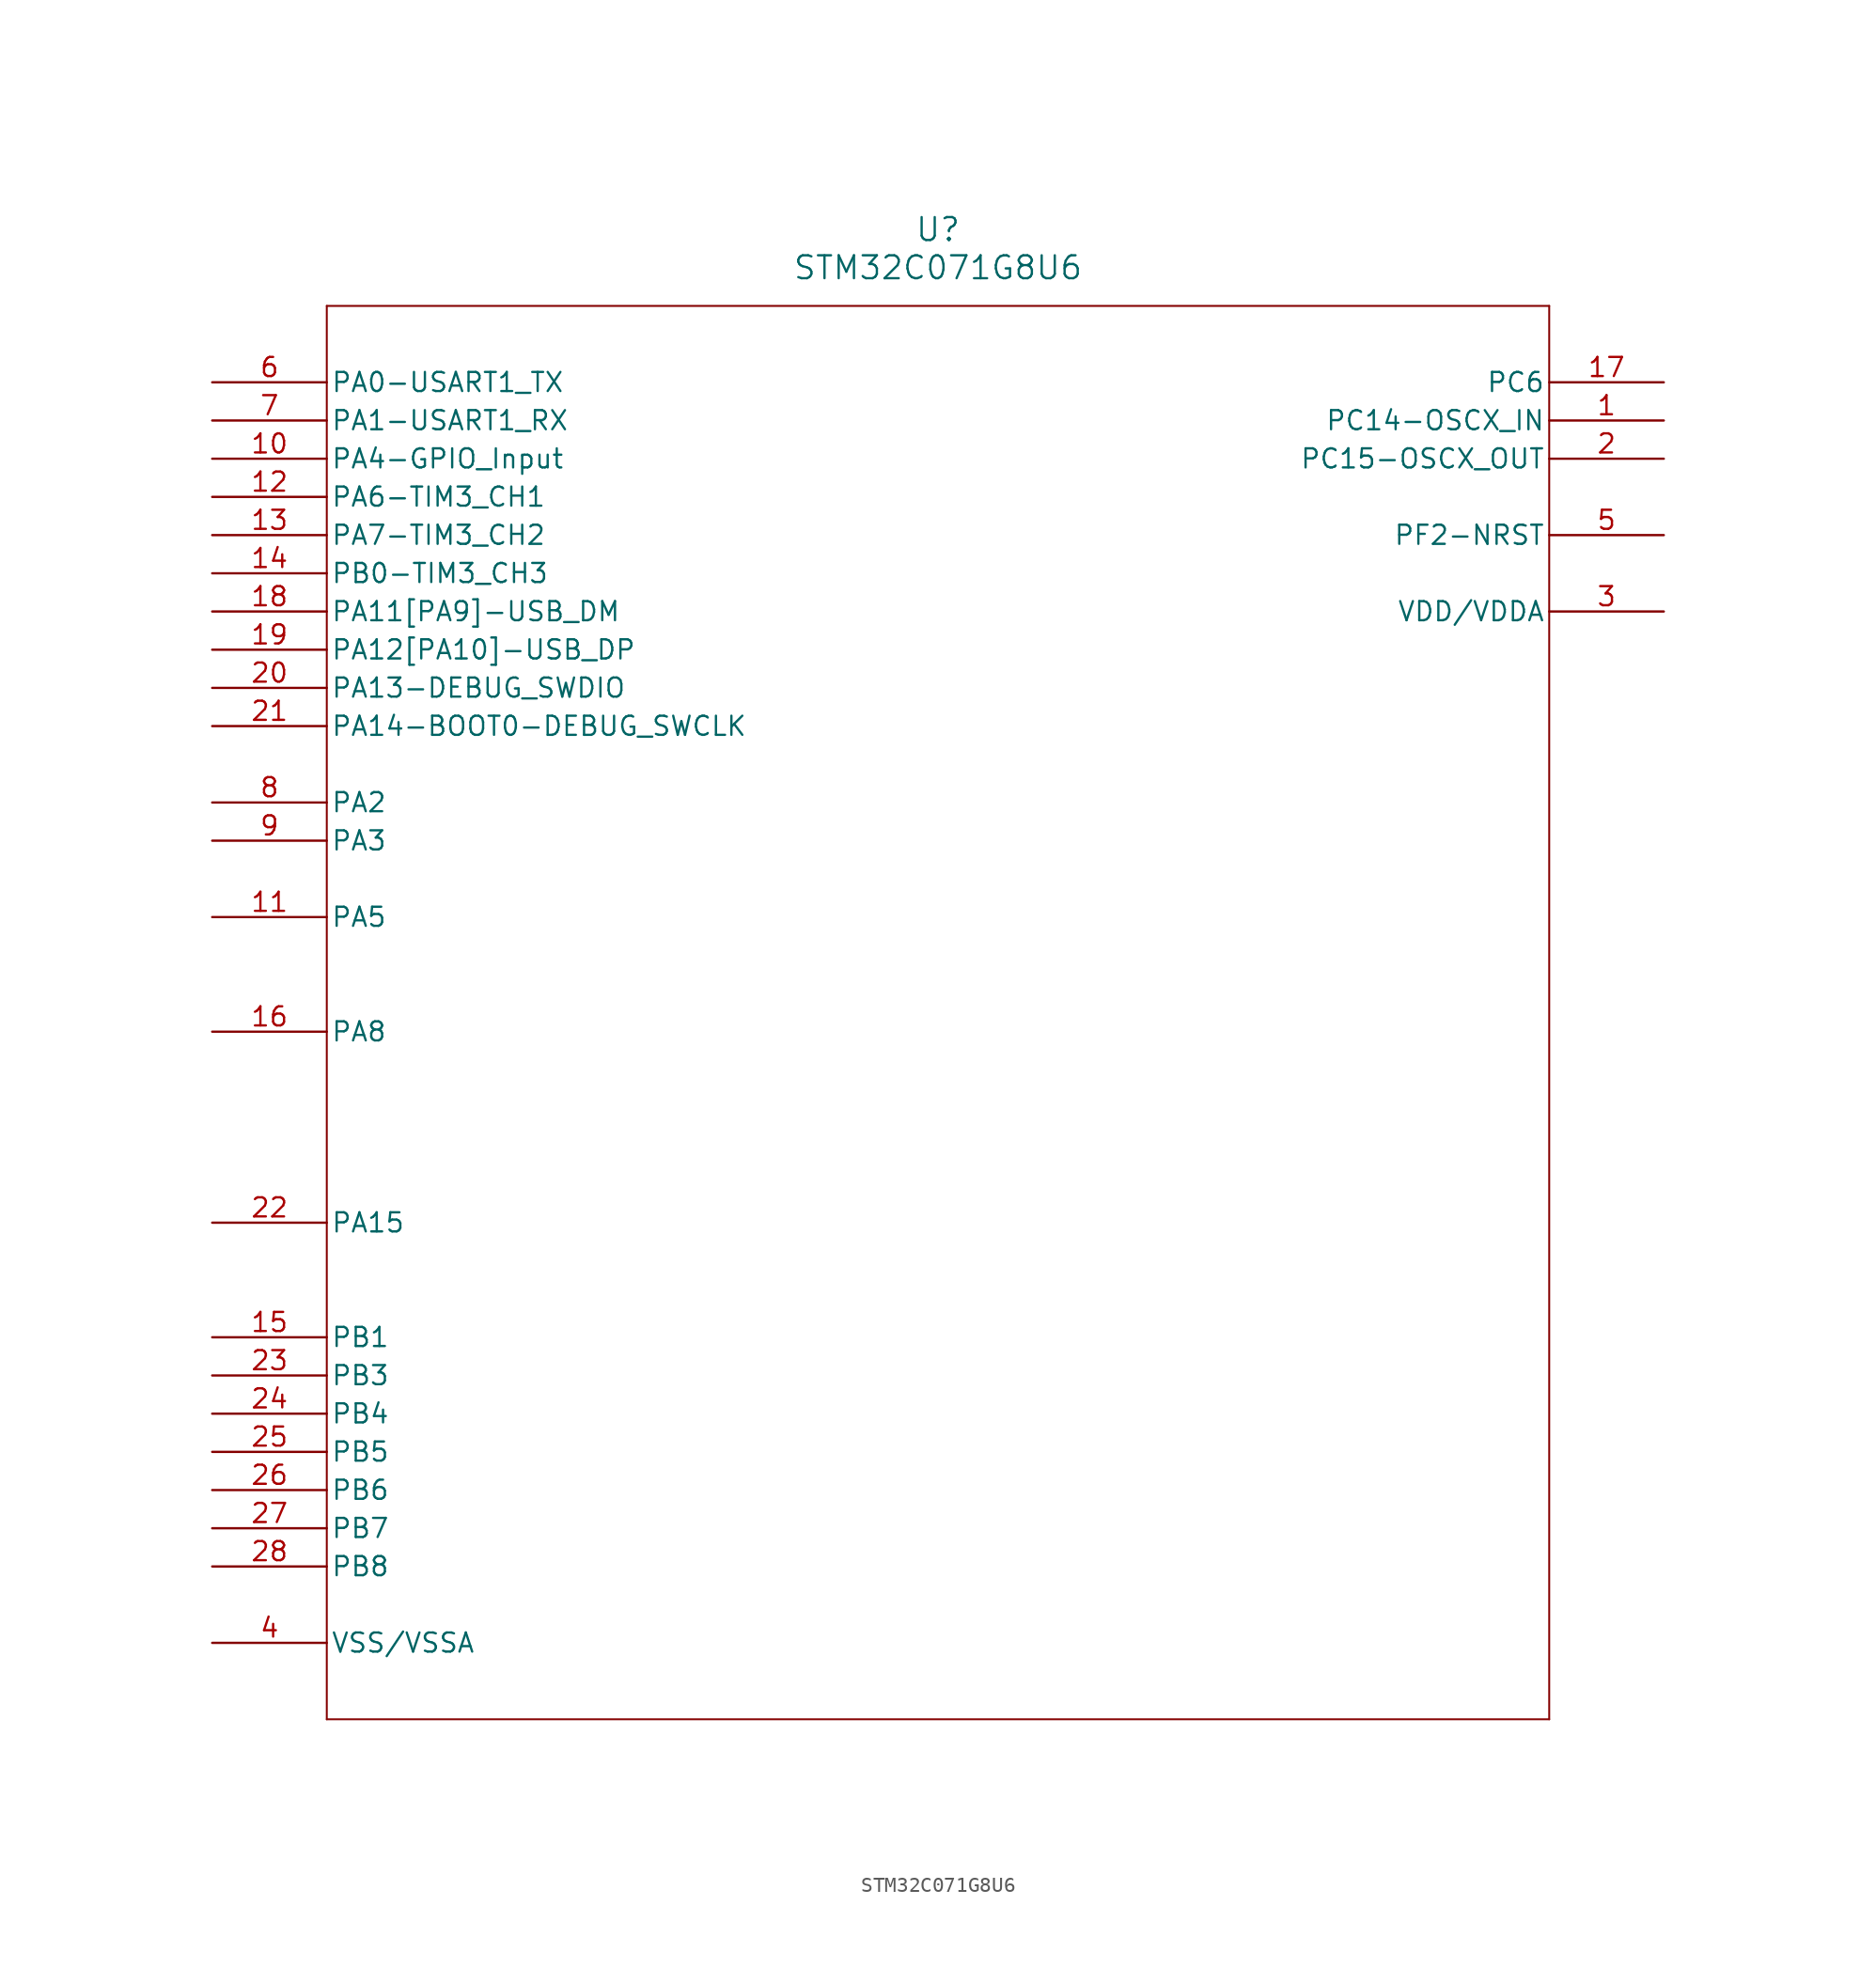
<source format=kicad_sym>
(kicad_symbol_lib
  (version 20211014)
  (generator kicad_symbol_editor)
  (symbol "STM32C071G8U6"
    (pin_names
      (offset 0.254))
    (property "Reference" "U"
      (at 48.26 10.16 0)
      (effects (font (size 1.524 1.524))))
    (property "Value" "STM32C071G8U6"
      (at 48.26 7.62 0)
      (effects (font (size 1.524 1.524))))
    (symbol "STM32C071G8U6_0_1"
      (polyline (pts (xy 7.62 5.08) (xy 7.62 -88.9)) (stroke (width 0.127) (type default) (color 0 0 0 0)) (fill (type none)))
      (polyline (pts (xy 7.62 -88.9) (xy 88.9 -88.9)) (stroke (width 0.127) (type default) (color 0 0 0 0)) (fill (type none)))
      (polyline (pts (xy 88.9 -88.9) (xy 88.9 5.08)) (stroke (width 0.127) (type default) (color 0 0 0 0)) (fill (type none)))
      (polyline (pts (xy 88.9 5.08) (xy 7.62 5.08)) (stroke (width 0.127) (type default) (color 0 0 0 0)) (fill (type none)))
      (pin bidirectional line (at 96.52 -2.54 180) (length 7.62) (name "PC14-OSCX_IN" (effects (font (size 1.27 1.27)))) (number "1" (effects (font (size 1.27 1.27)))))
      (pin bidirectional line (at 96.52 -5.08 180) (length 7.62) (name "PC15-OSCX_OUT" (effects (font (size 1.27 1.27)))) (number "2" (effects (font (size 1.27 1.27)))))
      (pin power_in line (at 96.52 -15.24 180) (length 7.62) (name "VDD/VDDA" (effects (font (size 1.27 1.27)))) (number "3" (effects (font (size 1.27 1.27)))))
      (pin power_in line (at 0 -83.82 0) (length 7.62) (name "VSS/VSSA" (effects (font (size 1.27 1.27)))) (number "4" (effects (font (size 1.27 1.27)))))
      (pin bidirectional line (at 96.52 -10.16 180) (length 7.62) (name "PF2-NRST" (effects (font (size 1.27 1.27)))) (number "5" (effects (font (size 1.27 1.27)))))
      (pin unspecified line (at 0 0 0) (length 7.62) (name "PA0-USART1_TX" (effects (font (size 1.27 1.27)))) (number "6" (effects (font (size 1.27 1.27)))))
      (pin unspecified line (at 0 -2.54 0) (length 7.62) (name "PA1-USART1_RX" (effects (font (size 1.27 1.27)))) (number "7" (effects (font (size 1.27 1.27)))))
      (pin bidirectional line (at 0 -27.94 0) (length 7.62) (name "PA2" (effects (font (size 1.27 1.27)))) (number "8" (effects (font (size 1.27 1.27)))))
      (pin bidirectional line (at 0 -30.48 0) (length 7.62) (name "PA3" (effects (font (size 1.27 1.27)))) (number "9" (effects (font (size 1.27 1.27)))))
      (pin unspecified line (at 0 -5.08 0) (length 7.62) (name "PA4-GPIO_Input" (effects (font (size 1.27 1.27)))) (number "10" (effects (font (size 1.27 1.27)))))
      (pin bidirectional line (at 0 -35.56 0) (length 7.62) (name "PA5" (effects (font (size 1.27 1.27)))) (number "11" (effects (font (size 1.27 1.27)))))
      (pin unspecified line (at 0 -7.62 0) (length 7.62) (name "PA6-TIM3_CH1" (effects (font (size 1.27 1.27)))) (number "12" (effects (font (size 1.27 1.27)))))
      (pin unspecified line (at 0 -10.16 0) (length 7.62) (name "PA7-TIM3_CH2" (effects (font (size 1.27 1.27)))) (number "13" (effects (font (size 1.27 1.27)))))
      (pin unspecified line (at 0 -12.7 0) (length 7.62) (name "PB0-TIM3_CH3" (effects (font (size 1.27 1.27)))) (number "14" (effects (font (size 1.27 1.27)))))
      (pin bidirectional line (at 0 -63.5 0) (length 7.62) (name "PB1" (effects (font (size 1.27 1.27)))) (number "15" (effects (font (size 1.27 1.27)))))
      (pin bidirectional line (at 0 -43.18 0) (length 7.62) (name "PA8" (effects (font (size 1.27 1.27)))) (number "16" (effects (font (size 1.27 1.27)))))
      (pin bidirectional line (at 96.52 0 180) (length 7.62) (name "PC6" (effects (font (size 1.27 1.27)))) (number "17" (effects (font (size 1.27 1.27)))))
      (pin unspecified line (at 0 -15.24 0) (length 7.62) (name "PA11[PA9]-USB_DM" (effects (font (size 1.27 1.27)))) (number "18" (effects (font (size 1.27 1.27)))))
      (pin unspecified line (at 0 -17.78 0) (length 7.62) (name "PA12[PA10]-USB_DP" (effects (font (size 1.27 1.27)))) (number "19" (effects (font (size 1.27 1.27)))))
      (pin unspecified line (at 0 -20.32 0) (length 7.62) (name "PA13-DEBUG_SWDIO" (effects (font (size 1.27 1.27)))) (number "20" (effects (font (size 1.27 1.27)))))
      (pin unspecified line (at 0 -22.86 0) (length 7.62) (name "PA14-BOOT0-DEBUG_SWCLK" (effects (font (size 1.27 1.27)))) (number "21" (effects (font (size 1.27 1.27)))))
      (pin bidirectional line (at 0 -55.88 0) (length 7.62) (name "PA15" (effects (font (size 1.27 1.27)))) (number "22" (effects (font (size 1.27 1.27)))))
      (pin bidirectional line (at 0 -66.04 0) (length 7.62) (name "PB3" (effects (font (size 1.27 1.27)))) (number "23" (effects (font (size 1.27 1.27)))))
      (pin bidirectional line (at 0 -68.58 0) (length 7.62) (name "PB4" (effects (font (size 1.27 1.27)))) (number "24" (effects (font (size 1.27 1.27)))))
      (pin bidirectional line (at 0 -71.12 0) (length 7.62) (name "PB5" (effects (font (size 1.27 1.27)))) (number "25" (effects (font (size 1.27 1.27)))))
      (pin bidirectional line (at 0 -73.66 0) (length 7.62) (name "PB6" (effects (font (size 1.27 1.27)))) (number "26" (effects (font (size 1.27 1.27)))))
      (pin bidirectional line (at 0 -76.2 0) (length 7.62) (name "PB7" (effects (font (size 1.27 1.27)))) (number "27" (effects (font (size 1.27 1.27)))))
      (pin bidirectional line (at 0 -78.74 0) (length 7.62) (name "PB8" (effects (font (size 1.27 1.27)))) (number "28" (effects (font (size 1.27 1.27))))))))
</source>
